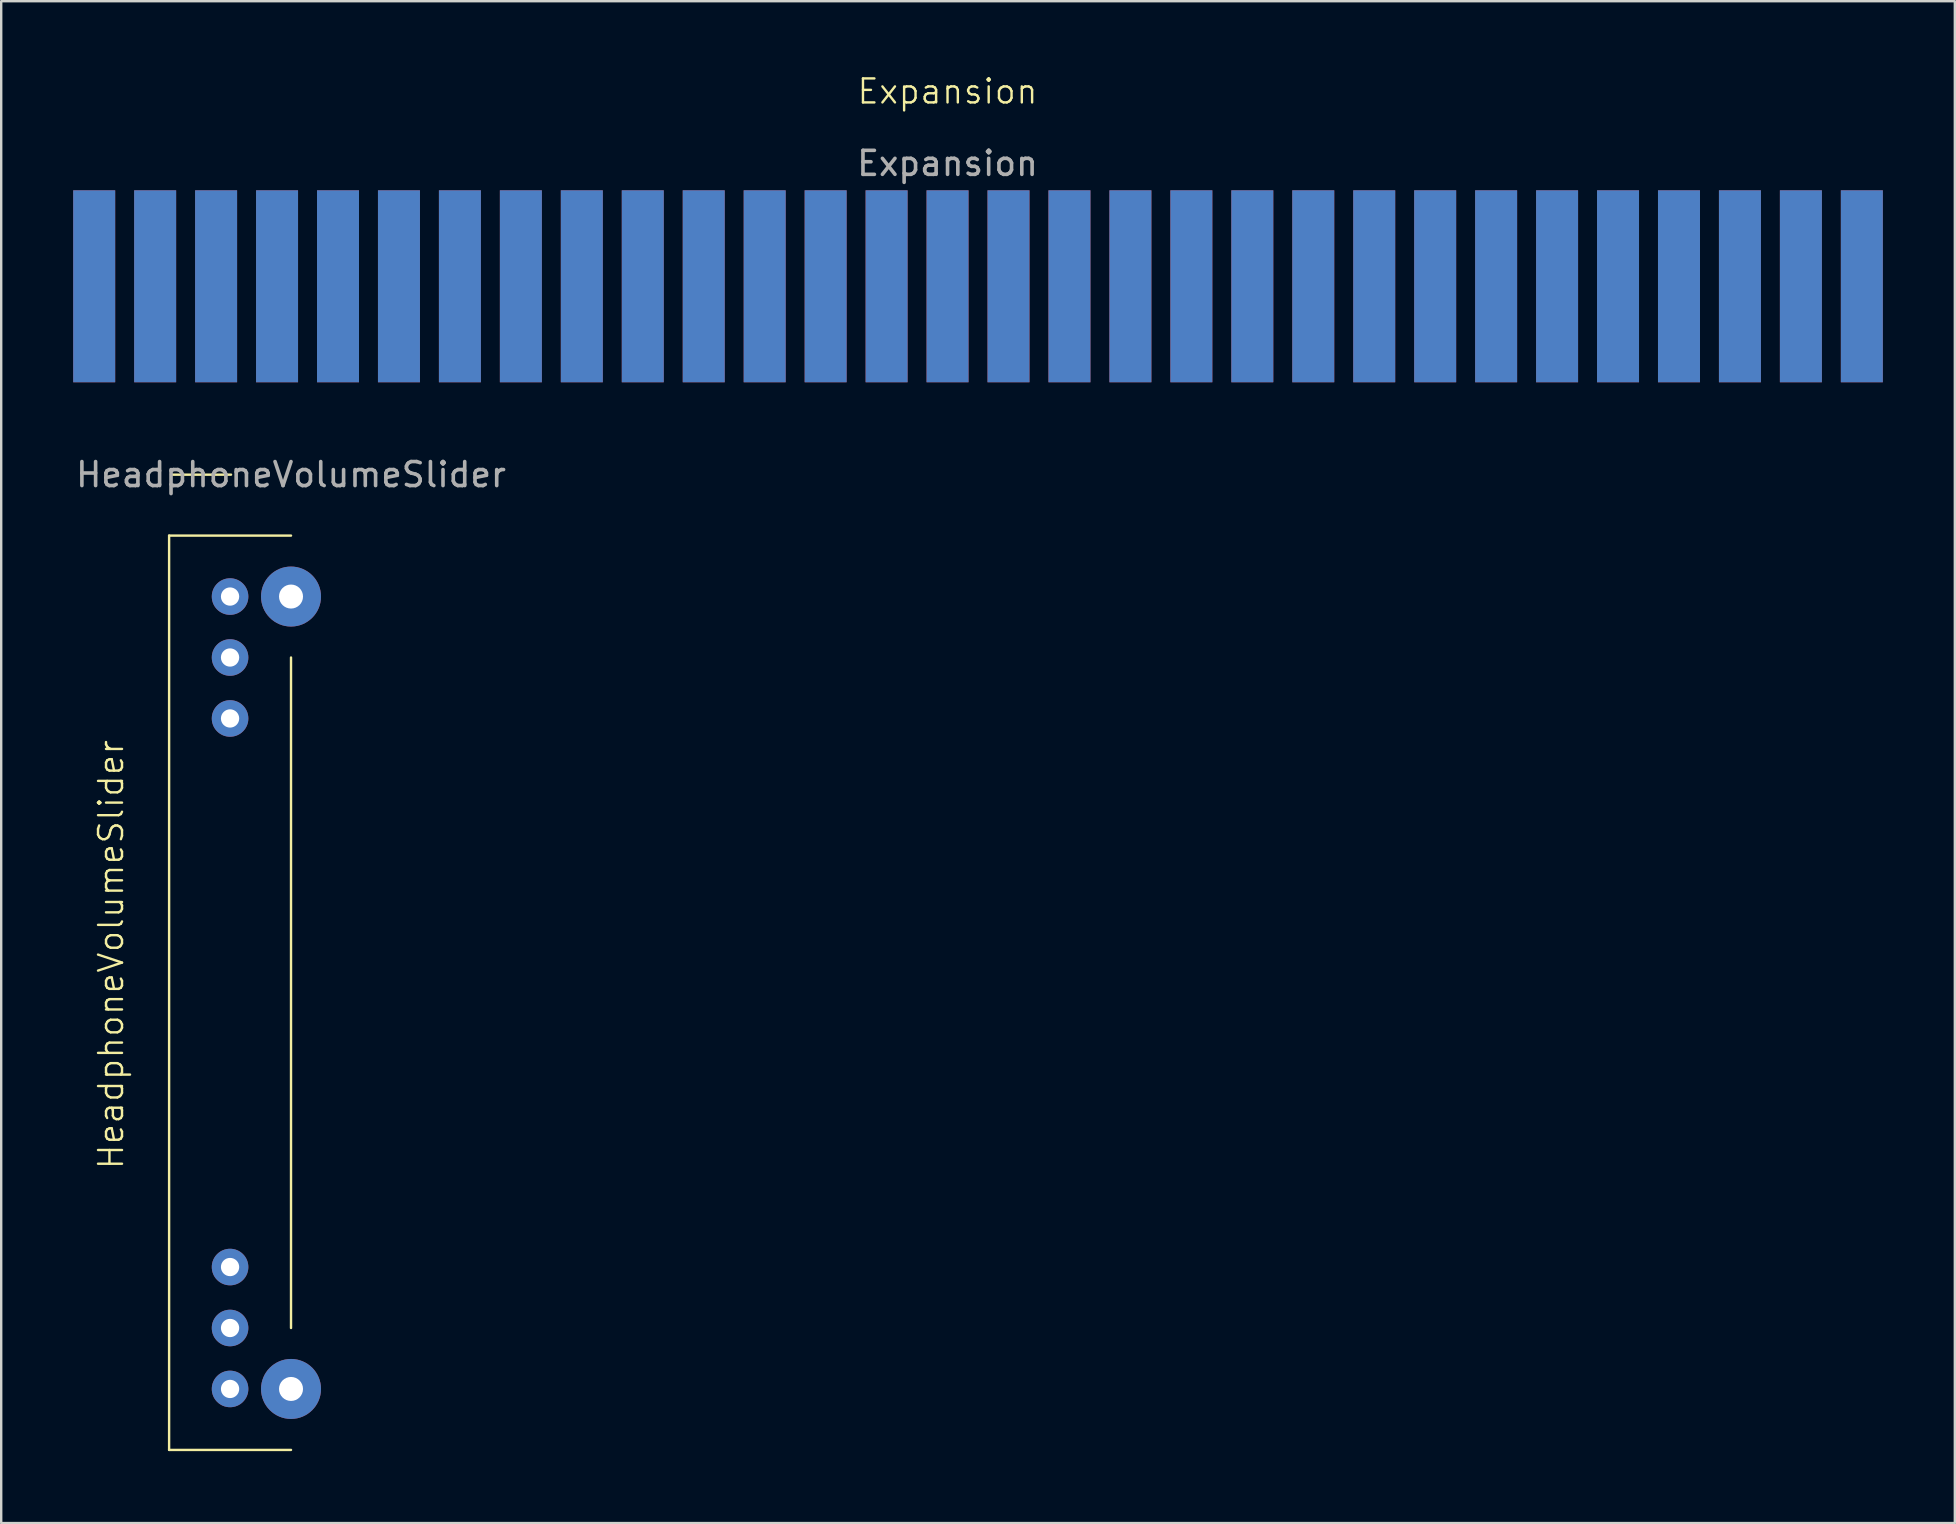
<source format=kicad_pcb>
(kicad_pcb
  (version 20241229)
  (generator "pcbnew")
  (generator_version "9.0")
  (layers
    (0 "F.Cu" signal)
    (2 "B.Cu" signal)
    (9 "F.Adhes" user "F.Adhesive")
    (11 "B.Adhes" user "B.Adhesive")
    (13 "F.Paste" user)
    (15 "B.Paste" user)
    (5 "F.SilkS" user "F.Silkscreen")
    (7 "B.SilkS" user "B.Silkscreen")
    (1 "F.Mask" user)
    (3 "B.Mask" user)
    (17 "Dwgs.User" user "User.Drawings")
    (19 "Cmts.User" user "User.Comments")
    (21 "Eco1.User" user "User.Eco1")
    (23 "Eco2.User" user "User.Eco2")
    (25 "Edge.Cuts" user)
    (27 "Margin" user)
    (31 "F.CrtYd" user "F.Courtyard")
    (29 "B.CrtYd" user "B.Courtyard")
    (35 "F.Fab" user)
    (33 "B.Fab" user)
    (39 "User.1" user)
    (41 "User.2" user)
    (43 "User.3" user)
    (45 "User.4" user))
  (footprint "HeadphoneVolumeSlider"
    (layer "F.Cu")
    (at 9.077 16.729)
    (property "Reference" "HeadphoneVolumeSlider" (at -7.5 20 90) (unlocked yes) (layer "F.SilkS") (effects (font (size 1 1) (thickness 0.1))))
    (attr through_hole)
    (fp_line (start -5.08 2.54) (end 0 2.54) (stroke (width 0.1) (type default)) (layer "F.SilkS"))
    (fp_line (start -5.08 40.64) (end -5.08 2.54) (stroke (width 0.1) (type default)) (layer "F.SilkS"))
    (fp_line (start -5 0) (end -2.5 0) (stroke (width 0.1) (type default)) (layer "F.SilkS"))
    (fp_line (start 0 7.62) (end 0 35.56) (stroke (width 0.1) (type default)) (layer "F.SilkS"))
    (fp_line (start 0 40.64) (end -5.08 40.64) (stroke (width 0.1) (type default)) (layer "F.SilkS"))
    (fp_text user "${REFERENCE}" (at 0 0 0) (unlocked yes) (layer "F.Fab") (effects (font (size 1 1) (thickness 0.15))))
    (pad "1" thru_hole circle (at -2.54 7.62) (size 1.524 1.524) (drill 0.762) (layers "*.Cu" "*.Mask"))
    (pad "1" thru_hole circle (at -2.54 35.56) (size 1.524 1.524) (drill 0.762) (layers "*.Cu" "*.Mask"))
    (pad "1" thru_hole circle (at 0 5.08) (size 2.5 2.5) (drill 1) (layers "*.Cu" "*.Mask"))
    (pad "1" thru_hole circle (at 0 38.1) (size 2.5 2.5) (drill 1) (layers "*.Cu" "*.Mask"))
    (pad "2" thru_hole circle (at -2.54 10.16) (size 1.524 1.524) (drill 0.762) (layers "*.Cu" "*.Mask"))
    (pad "2" thru_hole circle (at -2.54 38.1) (size 1.524 1.524) (drill 0.762) (layers "*.Cu" "*.Mask"))
    (pad "3" thru_hole circle (at -2.54 5.08) (size 1.524 1.524) (drill 0.762) (layers "*.Cu" "*.Mask"))
    (pad "3" thru_hole circle (at -2.54 33.02) (size 1.524 1.524) (drill 0.762) (layers "*.Cu" "*.Mask")))
  (footprint "Expansion"
    (layer "F.Cu")
    (at 36.435 6.34)
    (property "Reference" "Expansion" (at 0 -5.58 0) (unlocked yes) (layer "F.SilkS") (effects (font (size 1 1) (thickness 0.1))))
    (attr smd)
    (fp_text user "${REFERENCE}" (at 0 -2.58 0) (unlocked yes) (layer "F.Fab") (effects (font (size 1 1) (thickness 0.15))))
    (pad "a1" smd rect (at -35.56 2.54) (size 1.75 8) (layers "F.Cu" "F.Mask" "F.Paste"))
    (pad "a2" smd rect (at -33.02 2.54) (size 1.75 8) (layers "F.Cu" "F.Mask" "F.Paste"))
    (pad "a3" smd rect (at -30.48 2.54) (size 1.75 8) (layers "F.Cu" "F.Mask" "F.Paste"))
    (pad "a4" smd rect (at -27.94 2.54) (size 1.75 8) (layers "F.Cu" "F.Mask" "F.Paste"))
    (pad "a5" smd rect (at -25.4 2.54) (size 1.75 8) (layers "F.Cu" "F.Mask" "F.Paste"))
    (pad "a6" smd rect (at -22.86 2.54) (size 1.75 8) (layers "F.Cu" "F.Mask" "F.Paste"))
    (pad "a7" smd rect (at -20.32 2.54) (size 1.75 8) (layers "F.Cu" "F.Mask" "F.Paste"))
    (pad "a8" smd rect (at -17.78 2.54) (size 1.75 8) (layers "F.Cu" "F.Mask" "F.Paste"))
    (pad "a9" smd rect (at -15.24 2.54) (size 1.75 8) (layers "F.Cu" "F.Mask" "F.Paste"))
    (pad "a10" smd rect (at -12.7 2.54) (size 1.75 8) (layers "F.Cu" "F.Mask" "F.Paste"))
    (pad "a11" smd rect (at -10.16 2.54) (size 1.75 8) (layers "F.Cu" "F.Mask" "F.Paste"))
    (pad "a12" smd rect (at -7.62 2.54) (size 1.75 8) (layers "F.Cu" "F.Mask" "F.Paste"))
    (pad "a13" smd rect (at -5.08 2.54) (size 1.75 8) (layers "F.Cu" "F.Mask" "F.Paste"))
    (pad "a14" smd rect (at -2.54 2.54) (size 1.75 8) (layers "F.Cu" "F.Mask" "F.Paste"))
    (pad "a15" smd rect (at 0 2.54) (size 1.75 8) (layers "F.Cu" "F.Mask" "F.Paste"))
    (pad "a16" smd rect (at 2.54 2.54) (size 1.75 8) (layers "F.Cu" "F.Mask" "F.Paste"))
    (pad "a17" smd rect (at 5.08 2.54) (size 1.75 8) (layers "F.Cu" "F.Mask" "F.Paste"))
    (pad "a18" smd rect (at 7.62 2.54) (size 1.75 8) (layers "F.Cu" "F.Mask" "F.Paste"))
    (pad "a19" smd rect (at 10.16 2.54) (size 1.75 8) (layers "F.Cu" "F.Mask" "F.Paste"))
    (pad "a20" smd rect (at 12.7 2.54) (size 1.75 8) (layers "F.Cu" "F.Mask" "F.Paste"))
    (pad "a21" smd rect (at 15.24 2.54) (size 1.75 8) (layers "F.Cu" "F.Mask" "F.Paste"))
    (pad "a22" smd rect (at 17.78 2.54) (size 1.75 8) (layers "F.Cu" "F.Mask" "F.Paste"))
    (pad "a23" smd rect (at 20.32 2.54) (size 1.75 8) (layers "F.Cu" "F.Mask" "F.Paste"))
    (pad "a24" smd rect (at 22.86 2.54) (size 1.75 8) (layers "F.Cu" "F.Mask" "F.Paste"))
    (pad "a25" smd rect (at 25.4 2.54) (size 1.75 8) (layers "F.Cu" "F.Mask" "F.Paste"))
    (pad "a26" smd rect (at 27.94 2.54) (size 1.75 8) (layers "F.Cu" "F.Mask" "F.Paste"))
    (pad "a27" smd rect (at 30.48 2.54) (size 1.75 8) (layers "F.Cu" "F.Mask" "F.Paste"))
    (pad "a28" smd rect (at 33.02 2.54) (size 1.75 8) (layers "F.Cu" "F.Mask" "F.Paste"))
    (pad "a29" smd rect (at 35.56 2.54) (size 1.75 8) (layers "F.Cu" "F.Mask" "F.Paste"))
    (pad "a30" smd rect (at 38.1 2.54) (size 1.75 8) (layers "F.Cu" "F.Mask" "F.Paste"))
    (pad "b1" smd rect (at -35.56 2.54) (size 1.75 8) (layers "B.Cu" "B.Mask" "B.Paste"))
    (pad "b2" smd rect (at -33.02 2.54) (size 1.75 8) (layers "B.Cu" "B.Mask" "B.Paste"))
    (pad "b3" smd rect (at -30.48 2.54) (size 1.75 8) (layers "B.Cu" "B.Mask" "B.Paste"))
    (pad "b4" smd rect (at -27.94 2.54) (size 1.75 8) (layers "B.Cu" "B.Mask" "B.Paste"))
    (pad "b5" smd rect (at -25.4 2.54) (size 1.75 8) (layers "B.Cu" "B.Mask" "B.Paste"))
    (pad "b6" smd rect (at -22.86 2.54) (size 1.75 8) (layers "B.Cu" "B.Mask" "B.Paste"))
    (pad "b7" smd rect (at -20.32 2.54) (size 1.75 8) (layers "B.Cu" "B.Mask" "B.Paste"))
    (pad "b8" smd rect (at -17.78 2.54) (size 1.75 8) (layers "B.Cu" "B.Mask" "B.Paste"))
    (pad "b9" smd rect (at -15.24 2.54) (size 1.75 8) (layers "B.Cu" "B.Mask" "B.Paste"))
    (pad "b10" smd rect (at -12.7 2.54) (size 1.75 8) (layers "B.Cu" "B.Mask" "B.Paste"))
    (pad "b11" smd rect (at -10.16 2.54) (size 1.75 8) (layers "B.Cu" "B.Mask" "B.Paste"))
    (pad "b12" smd rect (at -7.62 2.54) (size 1.75 8) (layers "B.Cu" "B.Mask" "B.Paste"))
    (pad "b13" smd rect (at -5.08 2.54) (size 1.75 8) (layers "B.Cu" "B.Mask" "B.Paste"))
    (pad "b14" smd rect (at -2.54 2.54) (size 1.75 8) (layers "B.Cu" "B.Mask" "B.Paste"))
    (pad "b15" smd rect (at 0 2.54) (size 1.75 8) (layers "B.Cu" "B.Mask" "B.Paste"))
    (pad "b16" smd rect (at 2.54 2.54) (size 1.75 8) (layers "B.Cu" "B.Mask" "B.Paste"))
    (pad "b17" smd rect (at 5.08 2.54) (size 1.75 8) (layers "B.Cu" "B.Mask" "B.Paste"))
    (pad "b18" smd rect (at 7.62 2.54) (size 1.75 8) (layers "B.Cu" "B.Mask" "B.Paste"))
    (pad "b19" smd rect (at 10.16 2.54) (size 1.75 8) (layers "B.Cu" "B.Mask" "B.Paste"))
    (pad "b20" smd rect (at 12.7 2.54) (size 1.75 8) (layers "B.Cu" "B.Mask" "B.Paste"))
    (pad "b21" smd rect (at 15.24 2.54) (size 1.75 8) (layers "B.Cu" "B.Mask" "B.Paste"))
    (pad "b22" smd rect (at 17.78 2.54) (size 1.75 8) (layers "B.Cu" "B.Mask" "B.Paste"))
    (pad "b23" smd rect (at 20.32 2.54) (size 1.75 8) (layers "B.Cu" "B.Mask" "B.Paste"))
    (pad "b24" smd rect (at 22.86 2.54) (size 1.75 8) (layers "B.Cu" "B.Mask" "B.Paste"))
    (pad "b25" smd rect (at 25.4 2.54) (size 1.75 8) (layers "B.Cu" "B.Mask" "B.Paste"))
    (pad "b26" smd rect (at 27.94 2.54) (size 1.75 8) (layers "B.Cu" "B.Mask" "B.Paste"))
    (pad "b27" smd rect (at 30.48 2.54) (size 1.75 8) (layers "B.Cu" "B.Mask" "B.Paste"))
    (pad "b28" smd rect (at 33.02 2.54) (size 1.75 8) (layers "B.Cu" "B.Mask" "B.Paste"))
    (pad "b29" smd rect (at 35.56 2.54) (size 1.75 8) (layers "B.Cu" "B.Mask" "B.Paste"))
    (pad "b30" smd rect (at 38.1 2.54) (size 1.75 8) (layers "B.Cu" "B.Mask" "B.Paste")))
  (gr_rect
    (start -3 -3)
    (end 78.41 60.419)
    (stroke (width 0.1) (type default))
    (fill no)
    (layer "Edge.Cuts")))
</source>
